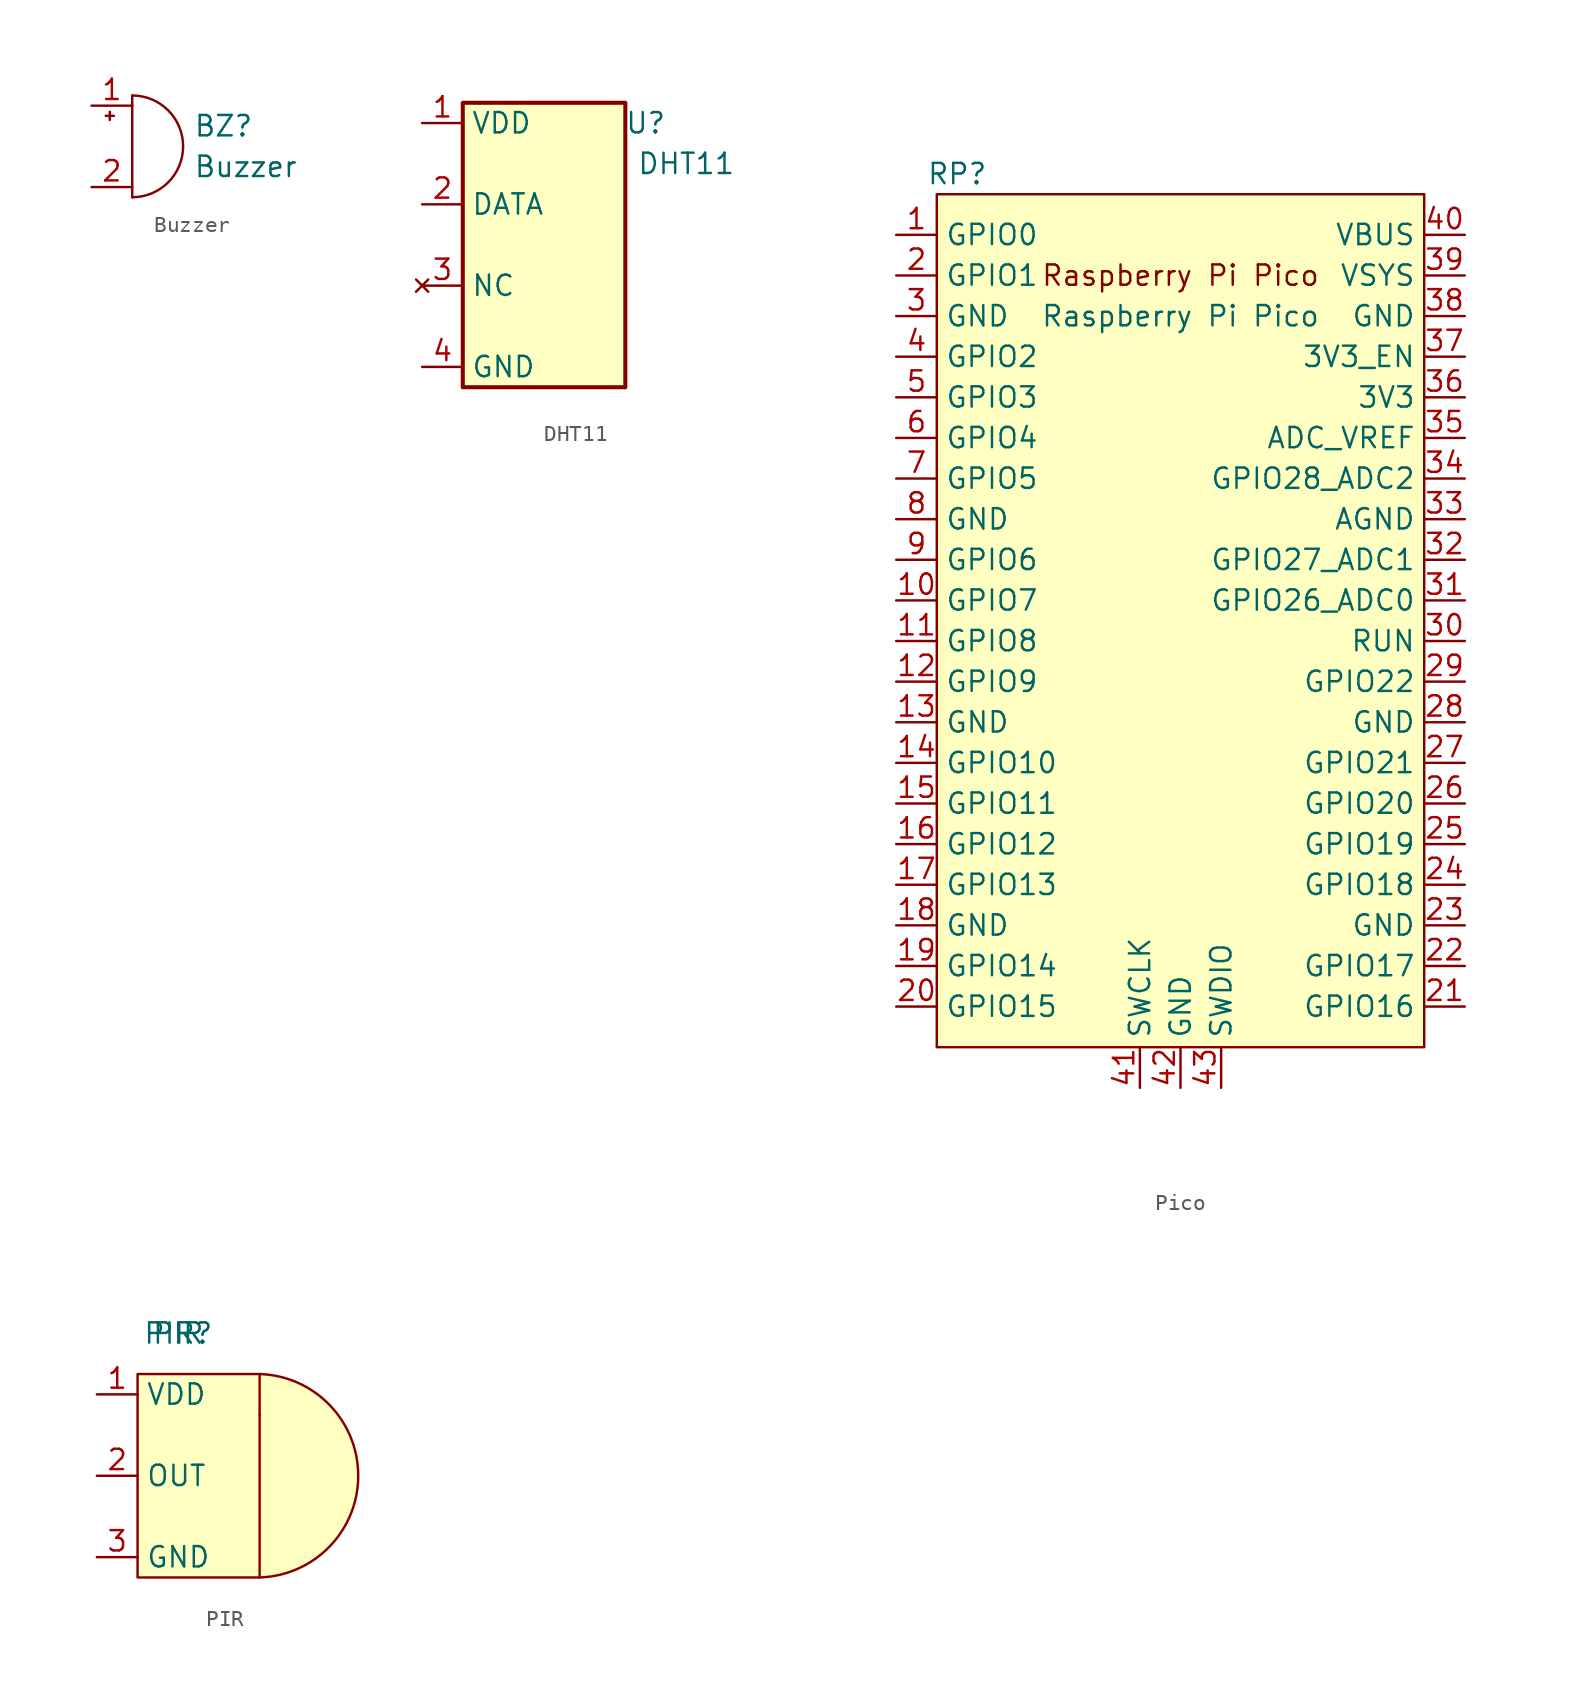
<source format=kicad_sym>
(kicad_symbol_lib
  (version 20231120)
  (generator "kicad_symbol_editor")
  (generator_version "8.0")
  (symbol "Buzzer"
    (pin_names
      (offset 0.025) hide)
    (property "Reference" "BZ"
      (at 3.81 1.27 0)
      (effects (font (size 1.27 1.27)) (justify left)))
    (property "Value" "Buzzer"
      (at 3.81 -1.27 0)
      (effects (font (size 1.27 1.27)) (justify left)))
    (symbol "Buzzer_0_1"
      (arc (start 0 -3.175) (mid 3.1612 0) (end 0 3.175) (stroke (width 0) (type default)) (fill (type none)))
      (polyline (pts (xy -1.651 1.905) (xy -1.143 1.905)) (stroke (width 0) (type default)) (fill (type none)))
      (polyline (pts (xy -1.397 2.159) (xy -1.397 1.651)) (stroke (width 0) (type default)) (fill (type none)))
      (polyline (pts (xy 0 3.175) (xy 0 -3.175)) (stroke (width 0) (type default)) (fill (type none))))
    (symbol "Buzzer_1_1"
      (pin input line (at -2.54 2.54 0) (length 2.54) (name "+" (effects (font (size 1.27 1.27)))) (number "1" (effects (font (size 1.27 1.27)))))
      (pin passive line (at -2.54 -2.54 0) (length 2.54) (name "-" (effects (font (size 1.27 1.27)))) (number "2" (effects (font (size 1.27 1.27)))))))
  (symbol "DHT11"
    (property "Reference" "U"
      (at 6.35 7.62 0)
      (effects (font (size 1.27 1.27))))
    (property "Value" "DHT11"
      (at 8.89 5.08 0)
      (effects (font (size 1.27 1.27))))
    (symbol "DHT11_0_1"
      (rectangle (start -5.08 8.89) (end 5.08 -8.89) (stroke (width 0.254) (type default)) (fill (type background))))
    (symbol "DHT11_1_1"
      (pin power_in line (at -7.62 7.62 0) (length 2.54) (name "VDD" (effects (font (size 1.27 1.27)))) (number "1" (effects (font (size 1.27 1.27)))))
      (pin bidirectional line (at -7.62 2.54 0) (length 2.54) (name "DATA" (effects (font (size 1.27 1.27)))) (number "2" (effects (font (size 1.27 1.27)))))
      (pin no_connect line (at -7.62 -2.54 0) (length 2.54) (name "NC" (effects (font (size 1.27 1.27)))) (number "3" (effects (font (size 1.27 1.27)))))
      (pin power_in line (at -7.62 -7.62 0) (length 2.54) (name "GND" (effects (font (size 1.27 1.27)))) (number "4" (effects (font (size 1.27 1.27)))))))
  (symbol "Pico"
    (property "Reference" "RP"
      (at -13.97 27.94 0)
      (effects (font (size 1.27 1.27))))
    (property "Value" "Raspberry Pi Pico"
      (at 0 19.05 0)
      (effects (font (size 1.27 1.27))))
    (symbol "Pico_0_0"
      (text "Raspberry Pi Pico" (at 0 21.59 0) (effects (font (size 1.27 1.27)))))
    (symbol "Pico_0_1"
      (rectangle (start -15.24 26.67) (end 15.24 -26.67) (stroke (width 0) (type default)) (fill (type background))))
    (symbol "Pico_1_1"
      (pin bidirectional line (at -17.78 24.13 0) (length 2.54) (name "GPIO0" (effects (font (size 1.27 1.27)))) (number "1" (effects (font (size 1.27 1.27)))))
      (pin bidirectional line (at -17.78 1.27 0) (length 2.54) (name "GPIO7" (effects (font (size 1.27 1.27)))) (number "10" (effects (font (size 1.27 1.27)))))
      (pin bidirectional line (at -17.78 -1.27 0) (length 2.54) (name "GPIO8" (effects (font (size 1.27 1.27)))) (number "11" (effects (font (size 1.27 1.27)))))
      (pin bidirectional line (at -17.78 -3.81 0) (length 2.54) (name "GPIO9" (effects (font (size 1.27 1.27)))) (number "12" (effects (font (size 1.27 1.27)))))
      (pin power_out line (at -17.78 -6.35 0) (length 2.54) (name "GND" (effects (font (size 1.27 1.27)))) (number "13" (effects (font (size 1.27 1.27)))))
      (pin bidirectional line (at -17.78 -8.89 0) (length 2.54) (name "GPIO10" (effects (font (size 1.27 1.27)))) (number "14" (effects (font (size 1.27 1.27)))))
      (pin bidirectional line (at -17.78 -11.43 0) (length 2.54) (name "GPIO11" (effects (font (size 1.27 1.27)))) (number "15" (effects (font (size 1.27 1.27)))))
      (pin bidirectional line (at -17.78 -13.97 0) (length 2.54) (name "GPIO12" (effects (font (size 1.27 1.27)))) (number "16" (effects (font (size 1.27 1.27)))))
      (pin bidirectional line (at -17.78 -16.51 0) (length 2.54) (name "GPIO13" (effects (font (size 1.27 1.27)))) (number "17" (effects (font (size 1.27 1.27)))))
      (pin power_out line (at -17.78 -19.05 0) (length 2.54) (name "GND" (effects (font (size 1.27 1.27)))) (number "18" (effects (font (size 1.27 1.27)))))
      (pin bidirectional line (at -17.78 -21.59 0) (length 2.54) (name "GPIO14" (effects (font (size 1.27 1.27)))) (number "19" (effects (font (size 1.27 1.27)))))
      (pin bidirectional line (at -17.78 21.59 0) (length 2.54) (name "GPIO1" (effects (font (size 1.27 1.27)))) (number "2" (effects (font (size 1.27 1.27)))))
      (pin bidirectional line (at -17.78 -24.13 0) (length 2.54) (name "GPIO15" (effects (font (size 1.27 1.27)))) (number "20" (effects (font (size 1.27 1.27)))))
      (pin bidirectional line (at 17.78 -24.13 180) (length 2.54) (name "GPIO16" (effects (font (size 1.27 1.27)))) (number "21" (effects (font (size 1.27 1.27)))))
      (pin bidirectional line (at 17.78 -21.59 180) (length 2.54) (name "GPIO17" (effects (font (size 1.27 1.27)))) (number "22" (effects (font (size 1.27 1.27)))))
      (pin power_out line (at 17.78 -19.05 180) (length 2.54) (name "GND" (effects (font (size 1.27 1.27)))) (number "23" (effects (font (size 1.27 1.27)))))
      (pin bidirectional line (at 17.78 -16.51 180) (length 2.54) (name "GPIO18" (effects (font (size 1.27 1.27)))) (number "24" (effects (font (size 1.27 1.27)))))
      (pin bidirectional line (at 17.78 -13.97 180) (length 2.54) (name "GPIO19" (effects (font (size 1.27 1.27)))) (number "25" (effects (font (size 1.27 1.27)))))
      (pin bidirectional line (at 17.78 -11.43 180) (length 2.54) (name "GPIO20" (effects (font (size 1.27 1.27)))) (number "26" (effects (font (size 1.27 1.27)))))
      (pin bidirectional line (at 17.78 -8.89 180) (length 2.54) (name "GPIO21" (effects (font (size 1.27 1.27)))) (number "27" (effects (font (size 1.27 1.27)))))
      (pin power_out line (at 17.78 -6.35 180) (length 2.54) (name "GND" (effects (font (size 1.27 1.27)))) (number "28" (effects (font (size 1.27 1.27)))))
      (pin bidirectional line (at 17.78 -3.81 180) (length 2.54) (name "GPIO22" (effects (font (size 1.27 1.27)))) (number "29" (effects (font (size 1.27 1.27)))))
      (pin power_out line (at -17.78 19.05 0) (length 2.54) (name "GND" (effects (font (size 1.27 1.27)))) (number "3" (effects (font (size 1.27 1.27)))))
      (pin input line (at 17.78 -1.27 180) (length 2.54) (name "RUN" (effects (font (size 1.27 1.27)))) (number "30" (effects (font (size 1.27 1.27)))))
      (pin bidirectional line (at 17.78 1.27 180) (length 2.54) (name "GPIO26_ADC0" (effects (font (size 1.27 1.27)))) (number "31" (effects (font (size 1.27 1.27)))))
      (pin bidirectional line (at 17.78 3.81 180) (length 2.54) (name "GPIO27_ADC1" (effects (font (size 1.27 1.27)))) (number "32" (effects (font (size 1.27 1.27)))))
      (pin power_in line (at 17.78 6.35 180) (length 2.54) (name "AGND" (effects (font (size 1.27 1.27)))) (number "33" (effects (font (size 1.27 1.27)))))
      (pin bidirectional line (at 17.78 8.89 180) (length 2.54) (name "GPIO28_ADC2" (effects (font (size 1.27 1.27)))) (number "34" (effects (font (size 1.27 1.27)))))
      (pin power_in line (at 17.78 11.43 180) (length 2.54) (name "ADC_VREF" (effects (font (size 1.27 1.27)))) (number "35" (effects (font (size 1.27 1.27)))))
      (pin power_in line (at 17.78 13.97 180) (length 2.54) (name "3V3" (effects (font (size 1.27 1.27)))) (number "36" (effects (font (size 1.27 1.27)))))
      (pin input line (at 17.78 16.51 180) (length 2.54) (name "3V3_EN" (effects (font (size 1.27 1.27)))) (number "37" (effects (font (size 1.27 1.27)))))
      (pin power_out line (at 17.78 19.05 180) (length 2.54) (name "GND" (effects (font (size 1.27 1.27)))) (number "38" (effects (font (size 1.27 1.27)))))
      (pin power_out line (at 17.78 21.59 180) (length 2.54) (name "VSYS" (effects (font (size 1.27 1.27)))) (number "39" (effects (font (size 1.27 1.27)))))
      (pin bidirectional line (at -17.78 16.51 0) (length 2.54) (name "GPIO2" (effects (font (size 1.27 1.27)))) (number "4" (effects (font (size 1.27 1.27)))))
      (pin power_out line (at 17.78 24.13 180) (length 2.54) (name "VBUS" (effects (font (size 1.27 1.27)))) (number "40" (effects (font (size 1.27 1.27)))))
      (pin input line (at -2.54 -29.21 90) (length 2.54) (name "SWCLK" (effects (font (size 1.27 1.27)))) (number "41" (effects (font (size 1.27 1.27)))))
      (pin power_in line (at 0 -29.21 90) (length 2.54) (name "GND" (effects (font (size 1.27 1.27)))) (number "42" (effects (font (size 1.27 1.27)))))
      (pin bidirectional line (at 2.54 -29.21 90) (length 2.54) (name "SWDIO" (effects (font (size 1.27 1.27)))) (number "43" (effects (font (size 1.27 1.27)))))
      (pin bidirectional line (at -17.78 13.97 0) (length 2.54) (name "GPIO3" (effects (font (size 1.27 1.27)))) (number "5" (effects (font (size 1.27 1.27)))))
      (pin bidirectional line (at -17.78 11.43 0) (length 2.54) (name "GPIO4" (effects (font (size 1.27 1.27)))) (number "6" (effects (font (size 1.27 1.27)))))
      (pin bidirectional line (at -17.78 8.89 0) (length 2.54) (name "GPIO5" (effects (font (size 1.27 1.27)))) (number "7" (effects (font (size 1.27 1.27)))))
      (pin power_out line (at -17.78 6.35 0) (length 2.54) (name "GND" (effects (font (size 1.27 1.27)))) (number "8" (effects (font (size 1.27 1.27)))))
      (pin bidirectional line (at -17.78 3.81 0) (length 2.54) (name "GPIO6" (effects (font (size 1.27 1.27)))) (number "9" (effects (font (size 1.27 1.27)))))))
  (symbol "PIR"
    (property "Reference" "PIR"
      (at 0 0 0)
      (effects (font (size 1.27 1.27))))
    (property "Value" "PIR"
      (at 0 0 0)
      (effects (font (size 1.27 1.27))))
    (symbol "PIR_1_1"
      (rectangle (start -2.54 -2.54) (end 5.08 -15.24) (stroke (width 0) (type default)) (fill (type background)))
      (arc (start 5.08 -15.24) (mid 11.236 -8.8943) (end 5.0888 -2.54) (stroke (width 0) (type default)) (fill (type background)))
      (arc (start 5.08 -5.08) (mid 5.08 -5.08) (end 5.08 -5.08) (stroke (width 0) (type default)) (fill (type none)))
      (pin power_in line (at -5.08 -3.81 0) (length 2.54) (name "VDD" (effects (font (size 1.27 1.27)))) (number "1" (effects (font (size 1.27 1.27)))))
      (pin output line (at -5.08 -8.89 0) (length 2.54) (name "OUT" (effects (font (size 1.27 1.27)))) (number "2" (effects (font (size 1.27 1.27)))))
      (pin power_in line (at -5.08 -13.97 0) (length 2.54) (name "GND" (effects (font (size 1.27 1.27)))) (number "3" (effects (font (size 1.27 1.27))))))))
</source>
